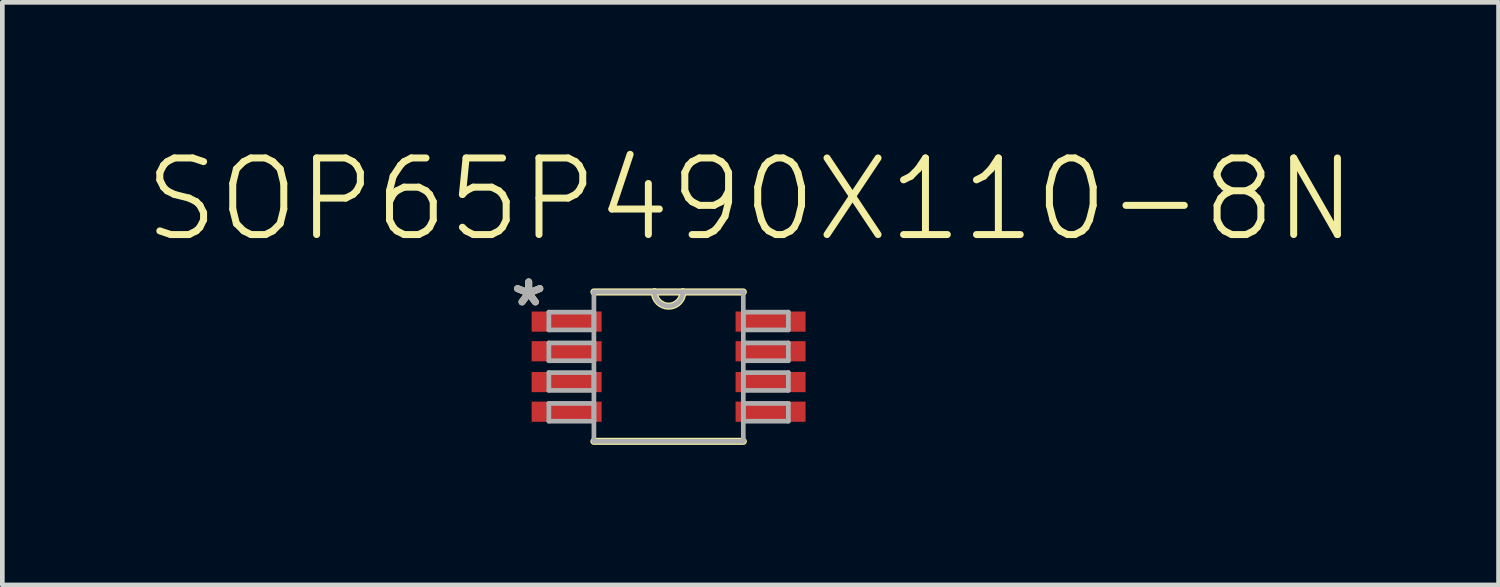
<source format=kicad_pcb>
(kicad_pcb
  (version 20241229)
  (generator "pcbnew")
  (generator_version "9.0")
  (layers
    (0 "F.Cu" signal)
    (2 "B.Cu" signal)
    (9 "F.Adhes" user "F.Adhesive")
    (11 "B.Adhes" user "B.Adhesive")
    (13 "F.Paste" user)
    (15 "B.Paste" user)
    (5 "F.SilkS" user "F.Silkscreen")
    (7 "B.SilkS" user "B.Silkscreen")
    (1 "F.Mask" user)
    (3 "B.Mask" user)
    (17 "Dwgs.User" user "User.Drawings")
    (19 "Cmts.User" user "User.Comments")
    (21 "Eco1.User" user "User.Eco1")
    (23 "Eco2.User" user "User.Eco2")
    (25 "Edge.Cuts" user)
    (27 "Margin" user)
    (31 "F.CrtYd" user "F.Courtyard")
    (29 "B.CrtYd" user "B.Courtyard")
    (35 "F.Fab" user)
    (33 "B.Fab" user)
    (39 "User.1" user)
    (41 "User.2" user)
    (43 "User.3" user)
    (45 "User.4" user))
  (footprint "SOP65P490X110-8N"
    (layer "F.Cu")
    (at 11.272 4.804)
    (property "Reference" "SOP65P490X110-8N" (at 1.753 -3.581 0) (layer "F.SilkS") (effects (font (size 1.64 1.64) (thickness 0.15))))
    (attr smd)
    (fp_line (start -1.6 1.6) (end 1.6 1.6) (stroke (width 0.152) (type solid)) (layer "F.SilkS"))
    (fp_line (start -0.305 -1.6) (end -1.6 -1.6) (stroke (width 0.152) (type solid)) (layer "F.SilkS"))
    (fp_line (start 0.305 -1.6) (end -0.305 -1.6) (stroke (width 0.152) (type solid)) (layer "F.SilkS"))
    (fp_line (start 1.6 -1.6) (end 0.305 -1.6) (stroke (width 0.152) (type solid)) (layer "F.SilkS"))
    (fp_arc (start 0.3048 -1.6002) (mid 0 -1.2954) (end -0.3048 -1.6002) (stroke (width 0.1524) (type solid)) (layer "F.SilkS"))
    (fp_line (start -2.565 -1.168) (end -2.565 -0.787) (stroke (width 0.1) (type solid)) (layer "F.Fab"))
    (fp_line (start -2.565 -0.787) (end -1.6 -0.787) (stroke (width 0.1) (type solid)) (layer "F.Fab"))
    (fp_line (start -2.565 -0.508) (end -2.565 -0.127) (stroke (width 0.1) (type solid)) (layer "F.Fab"))
    (fp_line (start -2.565 -0.127) (end -1.6 -0.127) (stroke (width 0.1) (type solid)) (layer "F.Fab"))
    (fp_line (start -2.565 0.127) (end -2.565 0.508) (stroke (width 0.1) (type solid)) (layer "F.Fab"))
    (fp_line (start -2.565 0.508) (end -1.6 0.508) (stroke (width 0.1) (type solid)) (layer "F.Fab"))
    (fp_line (start -2.565 0.787) (end -2.565 1.168) (stroke (width 0.1) (type solid)) (layer "F.Fab"))
    (fp_line (start -2.565 1.168) (end -1.6 1.168) (stroke (width 0.1) (type solid)) (layer "F.Fab"))
    (fp_line (start -1.6 -1.6) (end -1.6 1.6) (stroke (width 0.1) (type solid)) (layer "F.Fab"))
    (fp_line (start -1.6 -1.168) (end -2.565 -1.168) (stroke (width 0.1) (type solid)) (layer "F.Fab"))
    (fp_line (start -1.6 -0.787) (end -1.6 -1.168) (stroke (width 0.1) (type solid)) (layer "F.Fab"))
    (fp_line (start -1.6 -0.508) (end -2.565 -0.508) (stroke (width 0.1) (type solid)) (layer "F.Fab"))
    (fp_line (start -1.6 -0.127) (end -1.6 -0.508) (stroke (width 0.1) (type solid)) (layer "F.Fab"))
    (fp_line (start -1.6 0.127) (end -2.565 0.127) (stroke (width 0.1) (type solid)) (layer "F.Fab"))
    (fp_line (start -1.6 0.508) (end -1.6 0.127) (stroke (width 0.1) (type solid)) (layer "F.Fab"))
    (fp_line (start -1.6 0.787) (end -2.565 0.787) (stroke (width 0.1) (type solid)) (layer "F.Fab"))
    (fp_line (start -1.6 1.168) (end -1.6 0.787) (stroke (width 0.1) (type solid)) (layer "F.Fab"))
    (fp_line (start -1.6 1.6) (end 1.6 1.6) (stroke (width 0.1) (type solid)) (layer "F.Fab"))
    (fp_line (start -0.305 -1.6) (end -1.6 -1.6) (stroke (width 0.1) (type solid)) (layer "F.Fab"))
    (fp_line (start 0.305 -1.6) (end -0.305 -1.6) (stroke (width 0.1) (type solid)) (layer "F.Fab"))
    (fp_line (start 1.6 -1.6) (end 0.305 -1.6) (stroke (width 0.1) (type solid)) (layer "F.Fab"))
    (fp_line (start 1.6 -1.168) (end 1.6 -0.787) (stroke (width 0.1) (type solid)) (layer "F.Fab"))
    (fp_line (start 1.6 -0.787) (end 2.565 -0.787) (stroke (width 0.1) (type solid)) (layer "F.Fab"))
    (fp_line (start 1.6 -0.508) (end 1.6 -0.127) (stroke (width 0.1) (type solid)) (layer "F.Fab"))
    (fp_line (start 1.6 -0.127) (end 2.565 -0.127) (stroke (width 0.1) (type solid)) (layer "F.Fab"))
    (fp_line (start 1.6 0.127) (end 1.6 0.508) (stroke (width 0.1) (type solid)) (layer "F.Fab"))
    (fp_line (start 1.6 0.508) (end 2.565 0.508) (stroke (width 0.1) (type solid)) (layer "F.Fab"))
    (fp_line (start 1.6 0.787) (end 1.6 1.168) (stroke (width 0.1) (type solid)) (layer "F.Fab"))
    (fp_line (start 1.6 1.168) (end 2.565 1.168) (stroke (width 0.1) (type solid)) (layer "F.Fab"))
    (fp_line (start 1.6 1.6) (end 1.6 -1.6) (stroke (width 0.1) (type solid)) (layer "F.Fab"))
    (fp_line (start 2.565 -1.168) (end 1.6 -1.168) (stroke (width 0.1) (type solid)) (layer "F.Fab"))
    (fp_line (start 2.565 -0.787) (end 2.565 -1.168) (stroke (width 0.1) (type solid)) (layer "F.Fab"))
    (fp_line (start 2.565 -0.508) (end 1.6 -0.508) (stroke (width 0.1) (type solid)) (layer "F.Fab"))
    (fp_line (start 2.565 -0.127) (end 2.565 -0.508) (stroke (width 0.1) (type solid)) (layer "F.Fab"))
    (fp_line (start 2.565 0.127) (end 1.6 0.127) (stroke (width 0.1) (type solid)) (layer "F.Fab"))
    (fp_line (start 2.565 0.508) (end 2.565 0.127) (stroke (width 0.1) (type solid)) (layer "F.Fab"))
    (fp_line (start 2.565 0.787) (end 1.6 0.787) (stroke (width 0.1) (type solid)) (layer "F.Fab"))
    (fp_line (start 2.565 1.168) (end 2.565 0.787) (stroke (width 0.1) (type solid)) (layer "F.Fab"))
    (fp_arc (start 0.3048 -1.6002) (mid 0 -1.2954) (end -0.3048 -1.6002) (stroke (width 0.1) (type solid)) (layer "F.Fab"))
    (fp_text user "*" (at -2.997 -1.27 0) (layer "F.SilkS") (effects (font (size 1 1) (thickness 0.15))))
    (fp_text user "*" (at -2.997 -1.27 0) (layer "F.Fab") (effects (font (size 1 1) (thickness 0.15))))
    (pad "1" smd rect (at -2.184 -0.965) (size 1.499 0.432) (layers "F.Cu" "F.Mask" "F.Paste"))
    (pad "2" smd rect (at -2.184 -0.33) (size 1.499 0.432) (layers "F.Cu" "F.Mask" "F.Paste"))
    (pad "3" smd rect (at -2.184 0.33) (size 1.499 0.432) (layers "F.Cu" "F.Mask" "F.Paste"))
    (pad "4" smd rect (at -2.184 0.965) (size 1.499 0.432) (layers "F.Cu" "F.Mask" "F.Paste"))
    (pad "5" smd rect (at 2.184 0.965) (size 1.499 0.432) (layers "F.Cu" "F.Mask" "F.Paste"))
    (pad "6" smd rect (at 2.184 0.33) (size 1.499 0.432) (layers "F.Cu" "F.Mask" "F.Paste"))
    (pad "7" smd rect (at 2.184 -0.33) (size 1.499 0.432) (layers "F.Cu" "F.Mask" "F.Paste"))
    (pad "8" smd rect (at 2.184 -0.965) (size 1.499 0.432) (layers "F.Cu" "F.Mask" "F.Paste")))
  (gr_rect
    (start -3 -3)
    (end 29.05 9.48)
    (stroke (width 0.1) (type default))
    (fill no)
    (layer "Edge.Cuts")))
</source>
